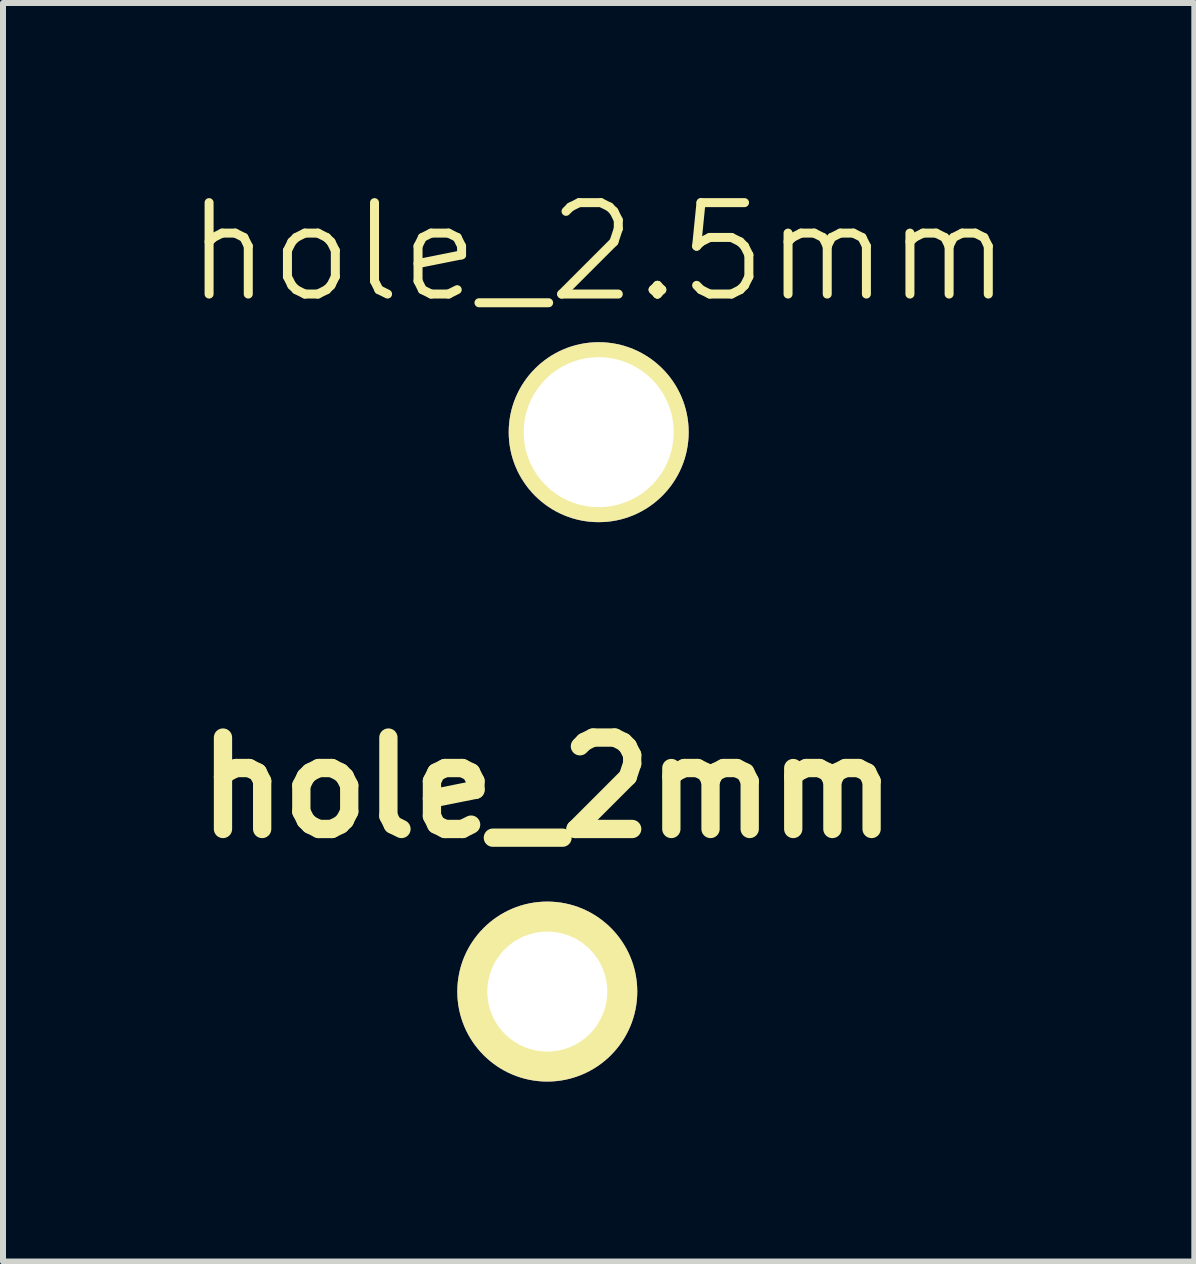
<source format=kicad_pcb>
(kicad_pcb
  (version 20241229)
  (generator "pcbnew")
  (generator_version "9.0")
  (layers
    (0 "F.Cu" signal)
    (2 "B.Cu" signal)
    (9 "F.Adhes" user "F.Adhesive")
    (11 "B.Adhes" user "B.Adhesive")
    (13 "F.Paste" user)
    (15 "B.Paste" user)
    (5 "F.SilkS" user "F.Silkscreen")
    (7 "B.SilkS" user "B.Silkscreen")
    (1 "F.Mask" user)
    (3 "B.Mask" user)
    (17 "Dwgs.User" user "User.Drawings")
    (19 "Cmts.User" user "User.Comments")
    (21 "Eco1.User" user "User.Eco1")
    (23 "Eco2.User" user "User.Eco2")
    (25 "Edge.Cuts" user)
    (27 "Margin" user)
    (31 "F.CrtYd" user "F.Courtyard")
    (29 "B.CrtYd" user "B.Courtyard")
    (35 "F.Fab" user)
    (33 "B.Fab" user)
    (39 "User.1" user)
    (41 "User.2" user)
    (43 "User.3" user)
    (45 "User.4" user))
  (footprint "hole_2.5mm"
    (layer "F.Cu")
    (at 6.931 4.155)
    (property "Reference" "hole_2.5mm" (at 0 -3 0) (layer "F.SilkS") (effects (font (size 1.524 1.524) (thickness 0.15))))
    (attr through_hole)
    (pad "1" thru_hole circle (at 0 0) (size 3 3) (drill 2.5) (layers "*.Cu" "*.Mask" "F.SilkS")))
  (footprint "hole_2mm"
    (layer "F.Cu")
    (at 6.074 13.481)
    (property "Reference" "hole_2mm" (at 0 -3.4 0) (layer "F.SilkS") (effects (font (size 1.524 1.524) (thickness 0.305))))
    (attr through_hole)
    (pad "1" thru_hole circle (at 0 0) (size 3 3) (drill 2) (layers "*.Cu" "*.Mask" "F.SilkS")))
  (gr_rect
    (start -3 -3)
    (end 16.861 17.981)
    (stroke (width 0.1) (type default))
    (fill no)
    (layer "Edge.Cuts")))
</source>
